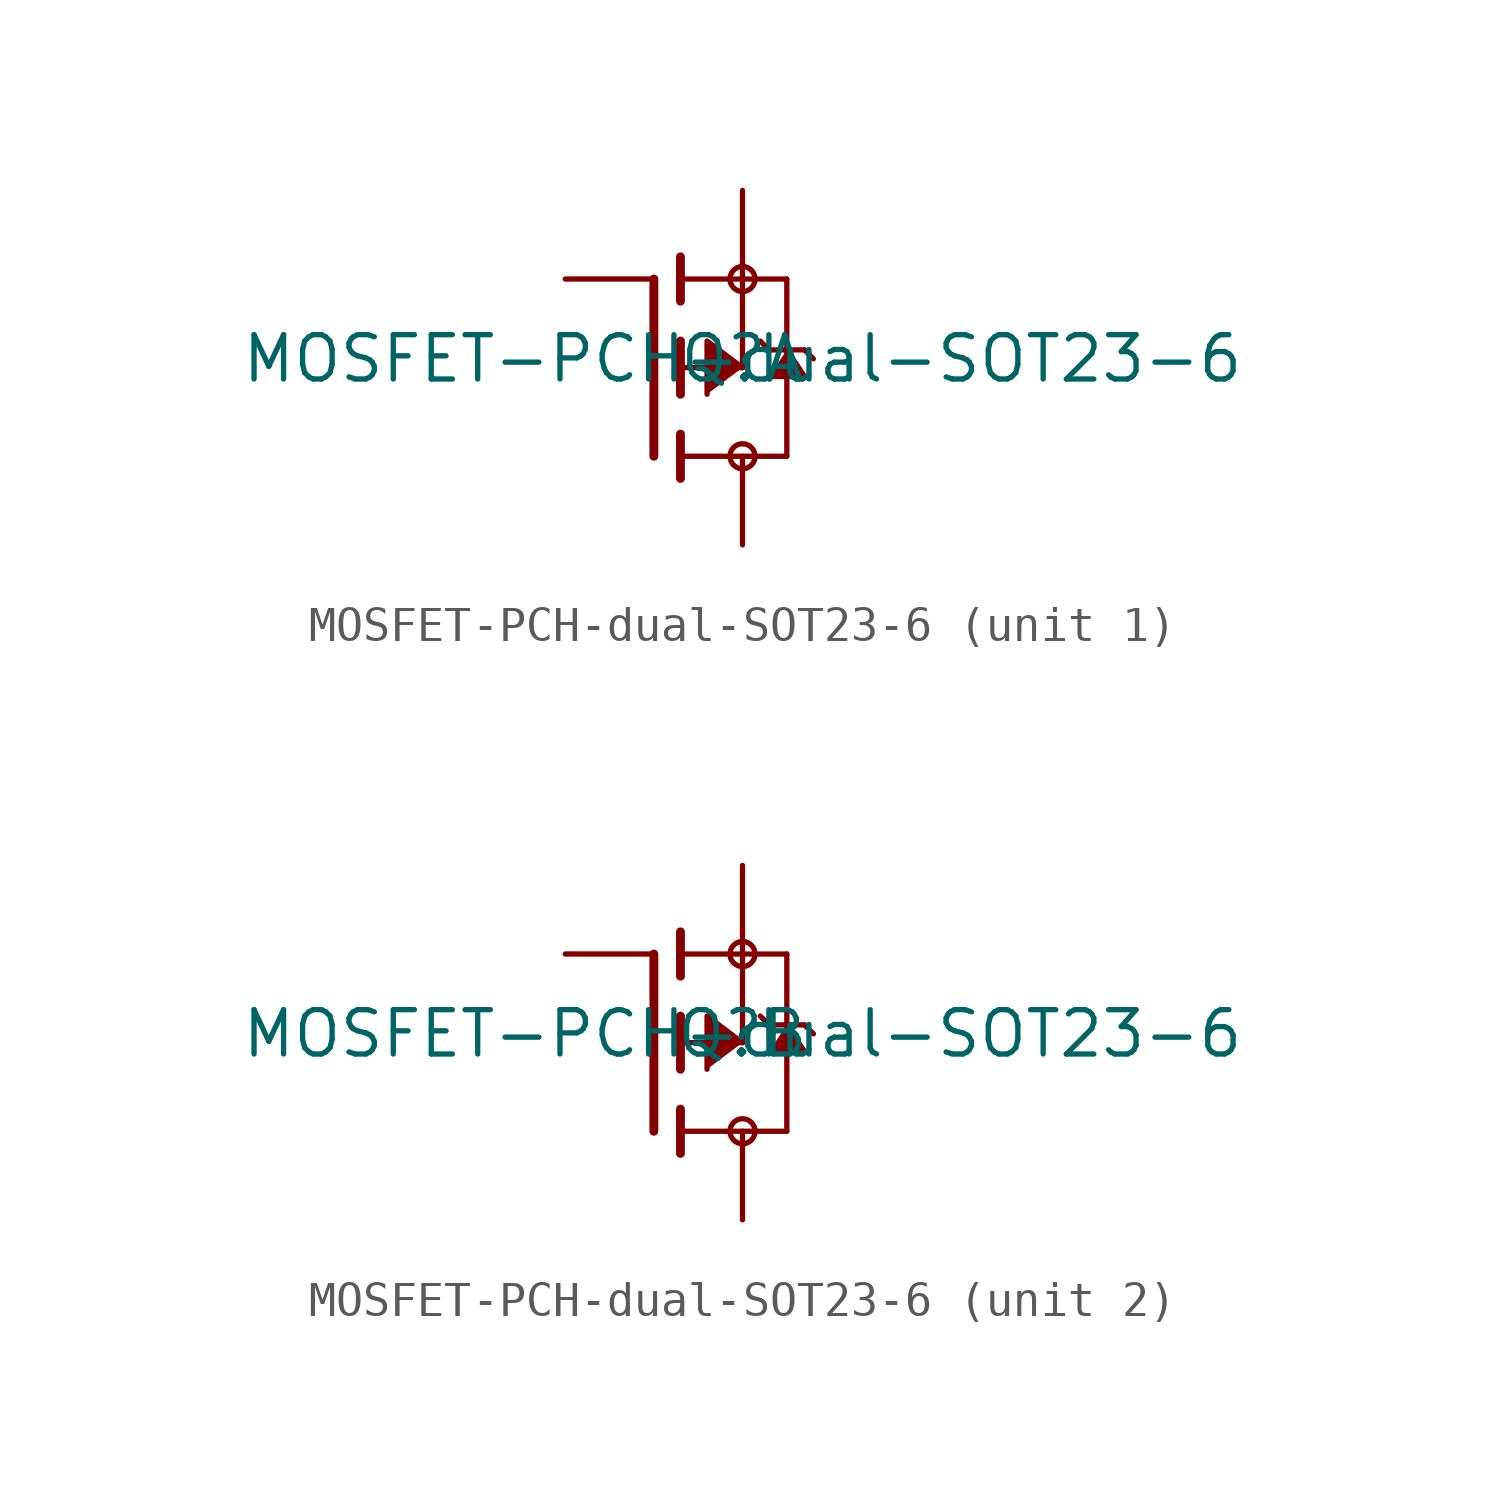
<source format=kicad_sym>
(kicad_symbol_lib
  (version 20211014)
  (generator kicad_symbol_editor)
  (symbol "MOSFET-PCH-dual-SOT23-6"
    (property "Reference" "Q"
      (at 2.54 0.254 0)
      (effects (font (size 1.27 1.27))))
    (property "Value" "MOSFET-PCH-dual-SOT23-6"
      (at 2.54 0.254 0)
      (effects (font (size 1.27 1.27))))
    (symbol "MOSFET-PCH-dual-SOT23-6_1_0"
      (polyline (pts (xy 0 -2.54) (xy 0 2.54)) (stroke (width 0.254) (type default) (color 0 0 0 0)) (fill (type none)))
      (polyline (pts (xy 0.762 -3.175) (xy 0.762 -2.54)) (stroke (width 0.254) (type default) (color 0 0 0 0)) (fill (type none)))
      (polyline (pts (xy 0.762 -2.54) (xy 0.762 -1.905)) (stroke (width 0.254) (type default) (color 0 0 0 0)) (fill (type none)))
      (polyline (pts (xy 0.762 -2.54) (xy 3.81 -2.54)) (stroke (width 0.152) (type default) (color 0 0 0 0)) (fill (type none)))
      (polyline (pts (xy 0.762 -0.762) (xy 0.762 0)) (stroke (width 0.254) (type default) (color 0 0 0 0)) (fill (type none)))
      (polyline (pts (xy 0.762 0) (xy 0.762 0.762)) (stroke (width 0.254) (type default) (color 0 0 0 0)) (fill (type none)))
      (polyline (pts (xy 0.762 0) (xy 2.54 0)) (stroke (width 0.152) (type default) (color 0 0 0 0)) (fill (type none)))
      (polyline (pts (xy 0.762 1.905) (xy 0.762 2.54)) (stroke (width 0.254) (type default) (color 0 0 0 0)) (fill (type none)))
      (polyline (pts (xy 0.762 2.54) (xy 0.762 3.175)) (stroke (width 0.254) (type default) (color 0 0 0 0)) (fill (type none)))
      (polyline (pts (xy 2.54 0) (xy 2.54 2.54)) (stroke (width 0.152) (type default) (color 0 0 0 0)) (fill (type none)))
      (polyline (pts (xy 2.54 2.54) (xy 0.762 2.54)) (stroke (width 0.152) (type default) (color 0 0 0 0)) (fill (type none)))
      (polyline (pts (xy 2.54 2.54) (xy 3.81 2.54)) (stroke (width 0.152) (type default) (color 0 0 0 0)) (fill (type none)))
      (polyline (pts (xy 3.048 0.762) (xy 3.302 0.508)) (stroke (width 0.152) (type default) (color 0 0 0 0)) (fill (type none)))
      (polyline (pts (xy 3.302 0.508) (xy 3.81 0.508)) (stroke (width 0.152) (type default) (color 0 0 0 0)) (fill (type none)))
      (polyline (pts (xy 3.81 -2.54) (xy 3.81 0.508)) (stroke (width 0.152) (type default) (color 0 0 0 0)) (fill (type none)))
      (polyline (pts (xy 3.81 0.508) (xy 3.81 2.54)) (stroke (width 0.152) (type default) (color 0 0 0 0)) (fill (type none)))
      (polyline (pts (xy 3.81 0.508) (xy 4.318 0.508)) (stroke (width 0.152) (type default) (color 0 0 0 0)) (fill (type none)))
      (polyline (pts (xy 4.318 0.508) (xy 4.572 0.254)) (stroke (width 0.152) (type default) (color 0 0 0 0)) (fill (type none)))
      (polyline (pts (xy 2.54 0) (xy 1.524 0.762) (xy 1.524 -0.762)) (stroke (width 0) (type default) (color 0 0 0 0)) (fill (type outline)))
      (polyline (pts (xy 3.81 0.508) (xy 4.318 -0.254) (xy 3.302 -0.254)) (stroke (width 0) (type default) (color 0 0 0 0)) (fill (type outline)))
      (circle (center 2.54 -2.54) (radius 0.359) (stroke (width 0) (type default) (color 0 0 0 0)) (fill (type none)))
      (circle (center 2.54 2.54) (radius 0.359) (stroke (width 0) (type default) (color 0 0 0 0)) (fill (type none)))
      (pin passive line (at -2.54 2.54 0) (length 2.54) (name "G" (effects (font (size 0 0)))) (number "1" (effects (font (size 0 0)))))
      (pin passive line (at 2.54 5.08 270) (length 2.54) (name "S" (effects (font (size 0 0)))) (number "5" (effects (font (size 0 0)))))
      (pin passive line (at 2.54 -5.08 90) (length 2.54) (name "D" (effects (font (size 0 0)))) (number "6" (effects (font (size 0 0))))))
    (symbol "MOSFET-PCH-dual-SOT23-6_2_0"
      (polyline (pts (xy 0 -2.54) (xy 0 2.54)) (stroke (width 0.254) (type default) (color 0 0 0 0)) (fill (type none)))
      (polyline (pts (xy 0.762 -3.175) (xy 0.762 -2.54)) (stroke (width 0.254) (type default) (color 0 0 0 0)) (fill (type none)))
      (polyline (pts (xy 0.762 -2.54) (xy 0.762 -1.905)) (stroke (width 0.254) (type default) (color 0 0 0 0)) (fill (type none)))
      (polyline (pts (xy 0.762 -2.54) (xy 3.81 -2.54)) (stroke (width 0.152) (type default) (color 0 0 0 0)) (fill (type none)))
      (polyline (pts (xy 0.762 -0.762) (xy 0.762 0)) (stroke (width 0.254) (type default) (color 0 0 0 0)) (fill (type none)))
      (polyline (pts (xy 0.762 0) (xy 0.762 0.762)) (stroke (width 0.254) (type default) (color 0 0 0 0)) (fill (type none)))
      (polyline (pts (xy 0.762 0) (xy 2.54 0)) (stroke (width 0.152) (type default) (color 0 0 0 0)) (fill (type none)))
      (polyline (pts (xy 0.762 1.905) (xy 0.762 2.54)) (stroke (width 0.254) (type default) (color 0 0 0 0)) (fill (type none)))
      (polyline (pts (xy 0.762 2.54) (xy 0.762 3.175)) (stroke (width 0.254) (type default) (color 0 0 0 0)) (fill (type none)))
      (polyline (pts (xy 2.54 0) (xy 2.54 2.54)) (stroke (width 0.152) (type default) (color 0 0 0 0)) (fill (type none)))
      (polyline (pts (xy 2.54 2.54) (xy 0.762 2.54)) (stroke (width 0.152) (type default) (color 0 0 0 0)) (fill (type none)))
      (polyline (pts (xy 2.54 2.54) (xy 3.81 2.54)) (stroke (width 0.152) (type default) (color 0 0 0 0)) (fill (type none)))
      (polyline (pts (xy 3.048 0.762) (xy 3.302 0.508)) (stroke (width 0.152) (type default) (color 0 0 0 0)) (fill (type none)))
      (polyline (pts (xy 3.302 0.508) (xy 3.81 0.508)) (stroke (width 0.152) (type default) (color 0 0 0 0)) (fill (type none)))
      (polyline (pts (xy 3.81 -2.54) (xy 3.81 0.508)) (stroke (width 0.152) (type default) (color 0 0 0 0)) (fill (type none)))
      (polyline (pts (xy 3.81 0.508) (xy 3.81 2.54)) (stroke (width 0.152) (type default) (color 0 0 0 0)) (fill (type none)))
      (polyline (pts (xy 3.81 0.508) (xy 4.318 0.508)) (stroke (width 0.152) (type default) (color 0 0 0 0)) (fill (type none)))
      (polyline (pts (xy 4.318 0.508) (xy 4.572 0.254)) (stroke (width 0.152) (type default) (color 0 0 0 0)) (fill (type none)))
      (polyline (pts (xy 2.54 0) (xy 1.524 0.762) (xy 1.524 -0.762)) (stroke (width 0) (type default) (color 0 0 0 0)) (fill (type outline)))
      (polyline (pts (xy 3.81 0.508) (xy 4.318 -0.254) (xy 3.302 -0.254)) (stroke (width 0) (type default) (color 0 0 0 0)) (fill (type outline)))
      (circle (center 2.54 -2.54) (radius 0.359) (stroke (width 0) (type default) (color 0 0 0 0)) (fill (type none)))
      (circle (center 2.54 2.54) (radius 0.359) (stroke (width 0) (type default) (color 0 0 0 0)) (fill (type none)))
      (pin passive line (at 2.54 5.08 270) (length 2.54) (name "S" (effects (font (size 0 0)))) (number "2" (effects (font (size 0 0)))))
      (pin passive line (at -2.54 2.54 0) (length 2.54) (name "G" (effects (font (size 0 0)))) (number "3" (effects (font (size 0 0)))))
      (pin passive line (at 2.54 -5.08 90) (length 2.54) (name "D" (effects (font (size 0 0)))) (number "4" (effects (font (size 0 0))))))))
</source>
